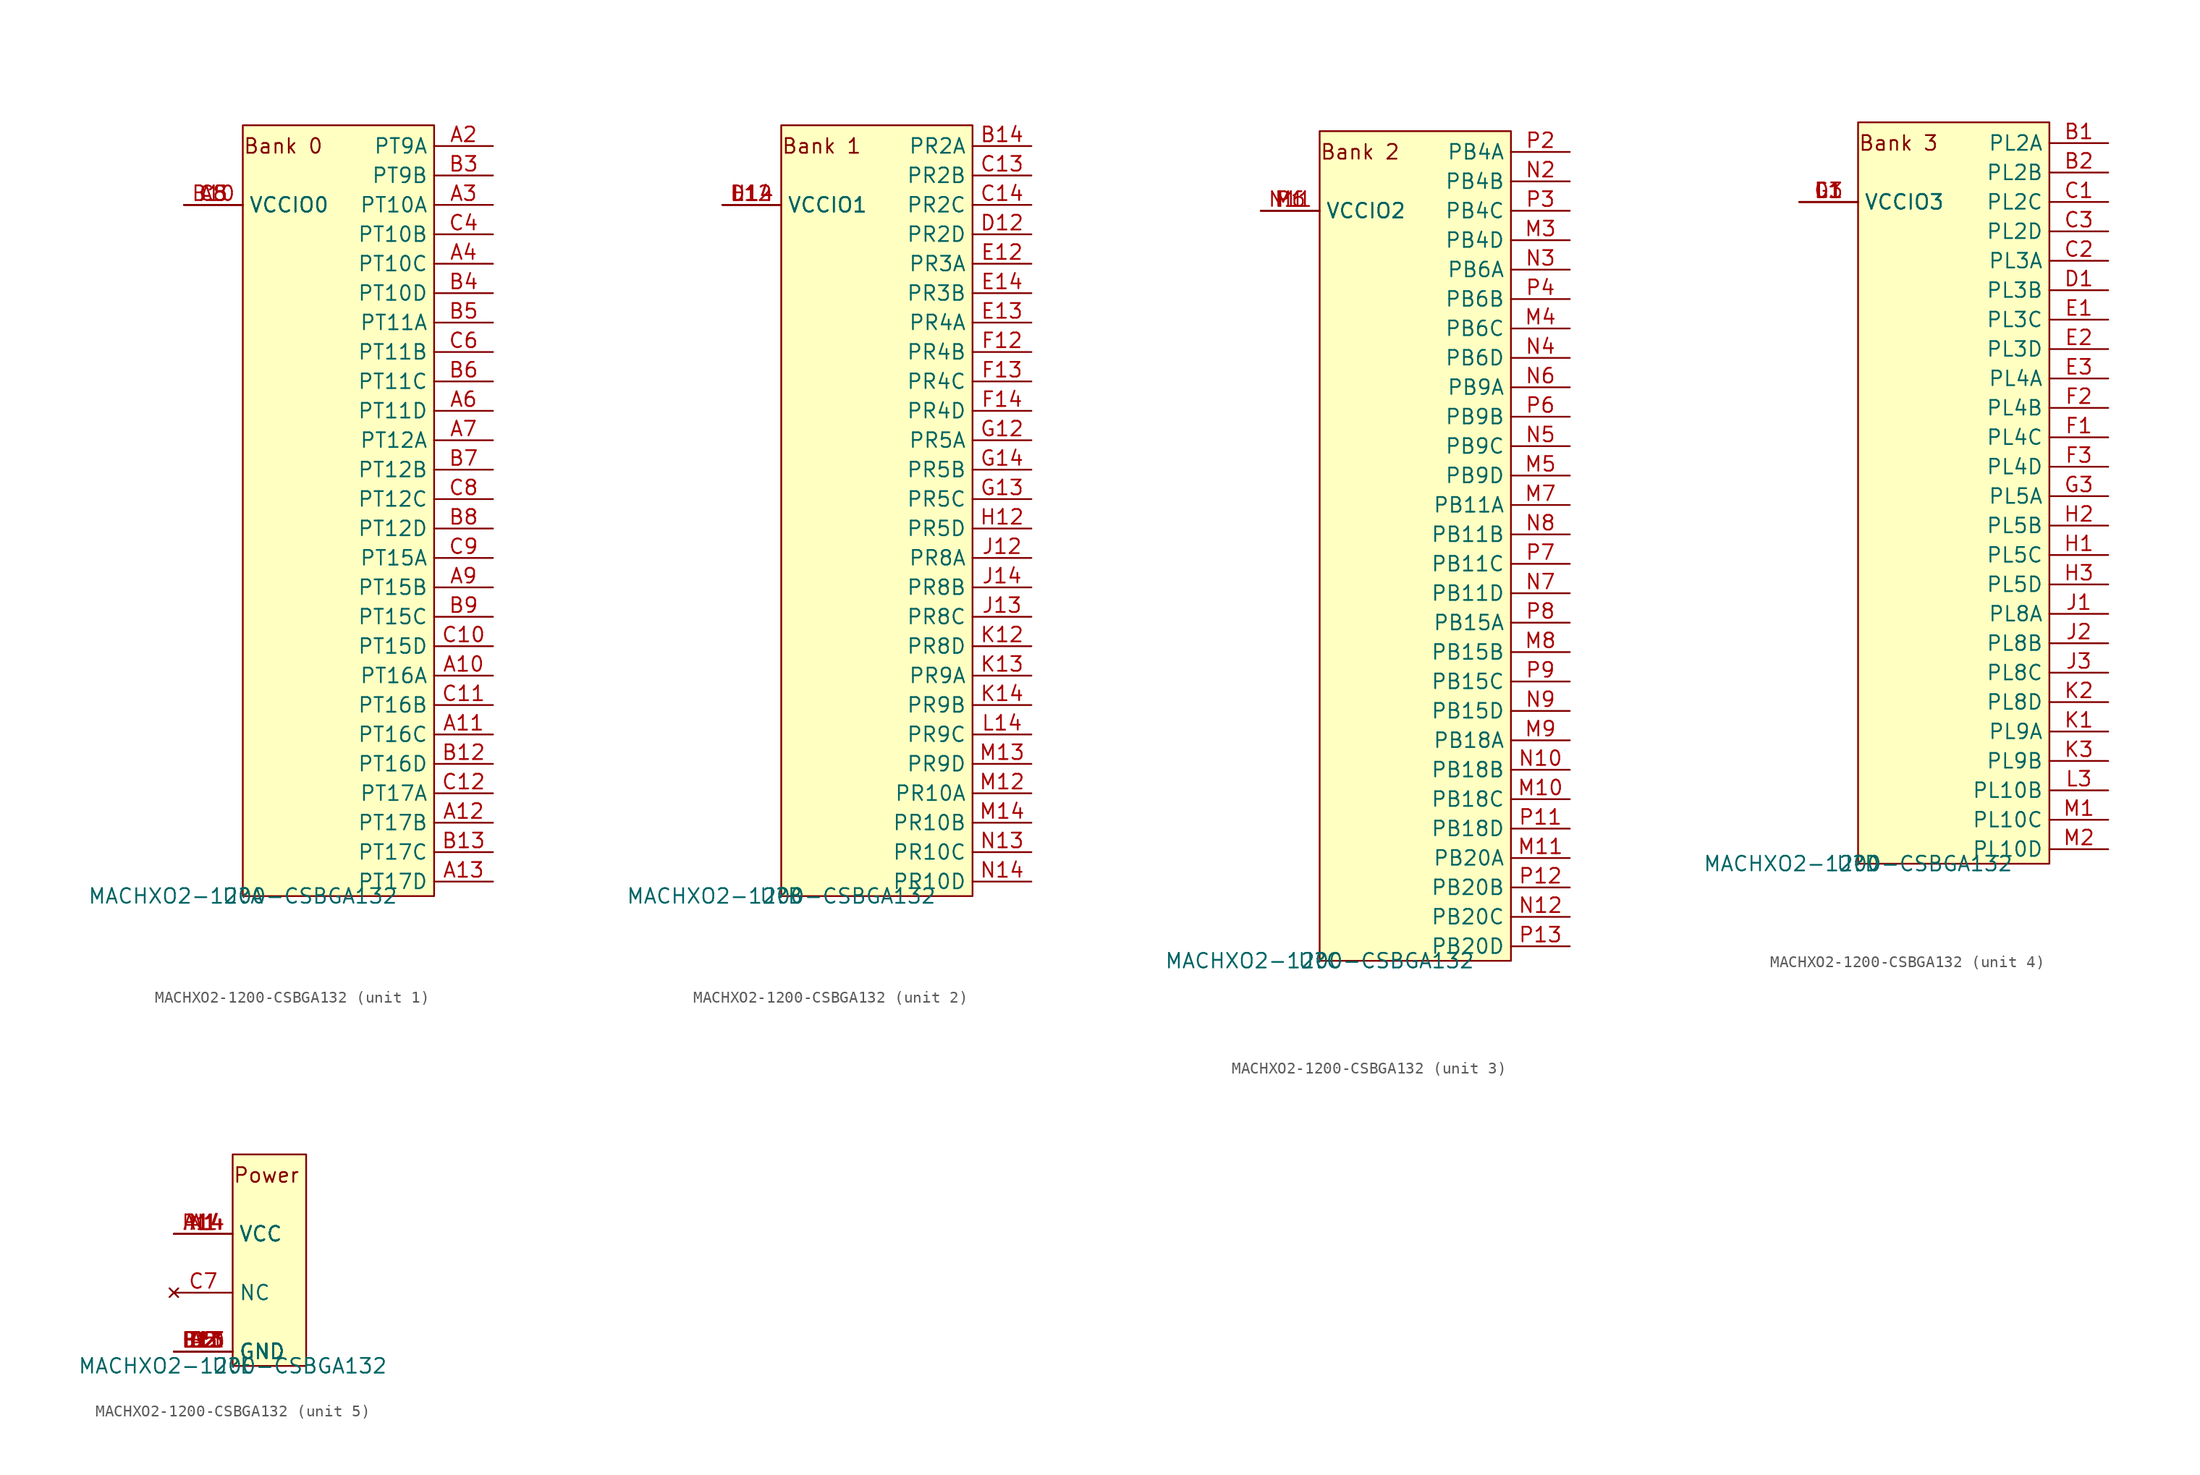
<source format=kicad_sym>
(kicad_symbol_lib
  (version 20211014)
  (generator kicad_symbol_editor)
  (symbol "MACHXO2-1200-CSBGA132"
    (property "Reference" "U"
      (at 0 0 0)
      (effects (font (size 1.27 1.27))))
    (property "Value" "MACHXO2-1200-CSBGA132"
      (at 0 0 0)
      (effects (font (size 1.27 1.27))))
    (property "ki_locked" ""
      (at 0 0 0)
      (effects (font (size 1.27 1.27))))
    (symbol "MACHXO2-1200-CSBGA132_1_0"
      (pin power_in line (at -5.08 59.674 0) (length 5.08) (name "VCCIO0" (effects (font (size 1.27 1.27)))) (number "B10" (effects (font (size 1.27 1.27)))))
      (pin power_in line (at -5.08 59.674 0) (length 5.08) (name "VCCIO0" (effects (font (size 1.27 1.27)))) (number "A8" (effects (font (size 1.27 1.27)))))
      (pin power_in line (at -5.08 59.674 0) (length 5.08) (name "VCCIO0" (effects (font (size 1.27 1.27)))) (number "C5" (effects (font (size 1.27 1.27)))))
      (pin bidirectional line (at 21.59 64.754 180) (length 5.08) (name "PT9A" (effects (font (size 1.27 1.27)))) (number "A2" (effects (font (size 1.27 1.27)))))
      (pin bidirectional line (at 21.59 62.214 180) (length 5.08) (name "PT9B" (effects (font (size 1.27 1.27)))) (number "B3" (effects (font (size 1.27 1.27)))))
      (pin bidirectional line (at 21.59 59.674 180) (length 5.08) (name "PT10A" (effects (font (size 1.27 1.27)))) (number "A3" (effects (font (size 1.27 1.27)))))
      (pin bidirectional line (at 21.59 57.134 180) (length 5.08) (name "PT10B" (effects (font (size 1.27 1.27)))) (number "C4" (effects (font (size 1.27 1.27)))))
      (pin bidirectional line (at 21.59 54.594 180) (length 5.08) (name "PT10C" (effects (font (size 1.27 1.27)))) (number "A4" (effects (font (size 1.27 1.27)))))
      (pin bidirectional line (at 21.59 52.054 180) (length 5.08) (name "PT10D" (effects (font (size 1.27 1.27)))) (number "B4" (effects (font (size 1.27 1.27)))))
      (pin bidirectional line (at 21.59 49.514 180) (length 5.08) (name "PT11A" (effects (font (size 1.27 1.27)))) (number "B5" (effects (font (size 1.27 1.27)))))
      (pin bidirectional line (at 21.59 46.974 180) (length 5.08) (name "PT11B" (effects (font (size 1.27 1.27)))) (number "C6" (effects (font (size 1.27 1.27)))))
      (pin bidirectional line (at 21.59 44.434 180) (length 5.08) (name "PT11C" (effects (font (size 1.27 1.27)))) (number "B6" (effects (font (size 1.27 1.27)))))
      (pin bidirectional line (at 21.59 41.894 180) (length 5.08) (name "PT11D" (effects (font (size 1.27 1.27)))) (number "A6" (effects (font (size 1.27 1.27)))))
      (pin bidirectional line (at 21.59 39.354 180) (length 5.08) (name "PT12A" (effects (font (size 1.27 1.27)))) (number "A7" (effects (font (size 1.27 1.27)))))
      (pin bidirectional line (at 21.59 36.814 180) (length 5.08) (name "PT12B" (effects (font (size 1.27 1.27)))) (number "B7" (effects (font (size 1.27 1.27)))))
      (pin bidirectional line (at 21.59 34.274 180) (length 5.08) (name "PT12C" (effects (font (size 1.27 1.27)))) (number "C8" (effects (font (size 1.27 1.27)))))
      (pin bidirectional line (at 21.59 31.734 180) (length 5.08) (name "PT12D" (effects (font (size 1.27 1.27)))) (number "B8" (effects (font (size 1.27 1.27)))))
      (pin bidirectional line (at 21.59 29.194 180) (length 5.08) (name "PT15A" (effects (font (size 1.27 1.27)))) (number "C9" (effects (font (size 1.27 1.27)))))
      (pin bidirectional line (at 21.59 26.654 180) (length 5.08) (name "PT15B" (effects (font (size 1.27 1.27)))) (number "A9" (effects (font (size 1.27 1.27)))))
      (pin bidirectional line (at 21.59 24.114 180) (length 5.08) (name "PT15C" (effects (font (size 1.27 1.27)))) (number "B9" (effects (font (size 1.27 1.27)))))
      (pin bidirectional line (at 21.59 21.574 180) (length 5.08) (name "PT15D" (effects (font (size 1.27 1.27)))) (number "C10" (effects (font (size 1.27 1.27)))))
      (pin bidirectional line (at 21.59 19.034 180) (length 5.08) (name "PT16A" (effects (font (size 1.27 1.27)))) (number "A10" (effects (font (size 1.27 1.27)))))
      (pin bidirectional line (at 21.59 16.494 180) (length 5.08) (name "PT16B" (effects (font (size 1.27 1.27)))) (number "C11" (effects (font (size 1.27 1.27)))))
      (pin bidirectional line (at 21.59 13.954 180) (length 5.08) (name "PT16C" (effects (font (size 1.27 1.27)))) (number "A11" (effects (font (size 1.27 1.27)))))
      (pin bidirectional line (at 21.59 11.414 180) (length 5.08) (name "PT16D" (effects (font (size 1.27 1.27)))) (number "B12" (effects (font (size 1.27 1.27)))))
      (pin bidirectional line (at 21.59 8.874 180) (length 5.08) (name "PT17A" (effects (font (size 1.27 1.27)))) (number "C12" (effects (font (size 1.27 1.27)))))
      (pin bidirectional line (at 21.59 6.334 180) (length 5.08) (name "PT17B" (effects (font (size 1.27 1.27)))) (number "A12" (effects (font (size 1.27 1.27)))))
      (pin bidirectional line (at 21.59 3.794 180) (length 5.08) (name "PT17C" (effects (font (size 1.27 1.27)))) (number "B13" (effects (font (size 1.27 1.27)))))
      (pin bidirectional line (at 21.59 1.254 180) (length 5.08) (name "PT17D" (effects (font (size 1.27 1.27)))) (number "A13" (effects (font (size 1.27 1.27))))))
    (symbol "MACHXO2-1200-CSBGA132_1_1"
      (rectangle (start 0 0) (end 16.51 66.548) (stroke (width 0) (type default) (color 0 0 0 0)) (fill (type background)))
      (text "Bank 0" (at 0 64.754 0) (effects (font (size 1.27 1.27)) (justify left))))
    (symbol "MACHXO2-1200-CSBGA132_2_0"
      (pin power_in line (at -5.08 59.674 0) (length 5.08) (name "VCCIO1" (effects (font (size 1.27 1.27)))) (number "L12" (effects (font (size 1.27 1.27)))))
      (pin power_in line (at -5.08 59.674 0) (length 5.08) (name "VCCIO1" (effects (font (size 1.27 1.27)))) (number "H14" (effects (font (size 1.27 1.27)))))
      (pin power_in line (at -5.08 59.674 0) (length 5.08) (name "VCCIO1" (effects (font (size 1.27 1.27)))) (number "D14" (effects (font (size 1.27 1.27)))))
      (pin bidirectional line (at 21.59 64.754 180) (length 5.08) (name "PR2A" (effects (font (size 1.27 1.27)))) (number "B14" (effects (font (size 1.27 1.27)))))
      (pin bidirectional line (at 21.59 62.214 180) (length 5.08) (name "PR2B" (effects (font (size 1.27 1.27)))) (number "C13" (effects (font (size 1.27 1.27)))))
      (pin bidirectional line (at 21.59 59.674 180) (length 5.08) (name "PR2C" (effects (font (size 1.27 1.27)))) (number "C14" (effects (font (size 1.27 1.27)))))
      (pin bidirectional line (at 21.59 57.134 180) (length 5.08) (name "PR2D" (effects (font (size 1.27 1.27)))) (number "D12" (effects (font (size 1.27 1.27)))))
      (pin bidirectional line (at 21.59 54.594 180) (length 5.08) (name "PR3A" (effects (font (size 1.27 1.27)))) (number "E12" (effects (font (size 1.27 1.27)))))
      (pin bidirectional line (at 21.59 52.054 180) (length 5.08) (name "PR3B" (effects (font (size 1.27 1.27)))) (number "E14" (effects (font (size 1.27 1.27)))))
      (pin bidirectional line (at 21.59 49.514 180) (length 5.08) (name "PR4A" (effects (font (size 1.27 1.27)))) (number "E13" (effects (font (size 1.27 1.27)))))
      (pin bidirectional line (at 21.59 46.974 180) (length 5.08) (name "PR4B" (effects (font (size 1.27 1.27)))) (number "F12" (effects (font (size 1.27 1.27)))))
      (pin bidirectional line (at 21.59 44.434 180) (length 5.08) (name "PR4C" (effects (font (size 1.27 1.27)))) (number "F13" (effects (font (size 1.27 1.27)))))
      (pin bidirectional line (at 21.59 41.894 180) (length 5.08) (name "PR4D" (effects (font (size 1.27 1.27)))) (number "F14" (effects (font (size 1.27 1.27)))))
      (pin bidirectional line (at 21.59 39.354 180) (length 5.08) (name "PR5A" (effects (font (size 1.27 1.27)))) (number "G12" (effects (font (size 1.27 1.27)))))
      (pin bidirectional line (at 21.59 36.814 180) (length 5.08) (name "PR5B" (effects (font (size 1.27 1.27)))) (number "G14" (effects (font (size 1.27 1.27)))))
      (pin bidirectional line (at 21.59 34.274 180) (length 5.08) (name "PR5C" (effects (font (size 1.27 1.27)))) (number "G13" (effects (font (size 1.27 1.27)))))
      (pin bidirectional line (at 21.59 31.734 180) (length 5.08) (name "PR5D" (effects (font (size 1.27 1.27)))) (number "H12" (effects (font (size 1.27 1.27)))))
      (pin bidirectional line (at 21.59 29.194 180) (length 5.08) (name "PR8A" (effects (font (size 1.27 1.27)))) (number "J12" (effects (font (size 1.27 1.27)))))
      (pin bidirectional line (at 21.59 26.654 180) (length 5.08) (name "PR8B" (effects (font (size 1.27 1.27)))) (number "J14" (effects (font (size 1.27 1.27)))))
      (pin bidirectional line (at 21.59 24.114 180) (length 5.08) (name "PR8C" (effects (font (size 1.27 1.27)))) (number "J13" (effects (font (size 1.27 1.27)))))
      (pin bidirectional line (at 21.59 21.574 180) (length 5.08) (name "PR8D" (effects (font (size 1.27 1.27)))) (number "K12" (effects (font (size 1.27 1.27)))))
      (pin bidirectional line (at 21.59 19.034 180) (length 5.08) (name "PR9A" (effects (font (size 1.27 1.27)))) (number "K13" (effects (font (size 1.27 1.27)))))
      (pin bidirectional line (at 21.59 16.494 180) (length 5.08) (name "PR9B" (effects (font (size 1.27 1.27)))) (number "K14" (effects (font (size 1.27 1.27)))))
      (pin bidirectional line (at 21.59 13.954 180) (length 5.08) (name "PR9C" (effects (font (size 1.27 1.27)))) (number "L14" (effects (font (size 1.27 1.27)))))
      (pin bidirectional line (at 21.59 11.414 180) (length 5.08) (name "PR9D" (effects (font (size 1.27 1.27)))) (number "M13" (effects (font (size 1.27 1.27)))))
      (pin bidirectional line (at 21.59 8.874 180) (length 5.08) (name "PR10A" (effects (font (size 1.27 1.27)))) (number "M12" (effects (font (size 1.27 1.27)))))
      (pin bidirectional line (at 21.59 6.334 180) (length 5.08) (name "PR10B" (effects (font (size 1.27 1.27)))) (number "M14" (effects (font (size 1.27 1.27)))))
      (pin bidirectional line (at 21.59 3.794 180) (length 5.08) (name "PR10C" (effects (font (size 1.27 1.27)))) (number "N13" (effects (font (size 1.27 1.27)))))
      (pin bidirectional line (at 21.59 1.254 180) (length 5.08) (name "PR10D" (effects (font (size 1.27 1.27)))) (number "N14" (effects (font (size 1.27 1.27))))))
    (symbol "MACHXO2-1200-CSBGA132_2_1"
      (rectangle (start 0 0) (end 16.51 66.548) (stroke (width 0) (type default) (color 0 0 0 0)) (fill (type background)))
      (text "Bank 1" (at 0 64.754 0) (effects (font (size 1.27 1.27)) (justify left))))
    (symbol "MACHXO2-1200-CSBGA132_3_0"
      (pin power_in line (at -5.08 64.754 0) (length 5.08) (name "VCCIO2" (effects (font (size 1.27 1.27)))) (number "P1" (effects (font (size 1.27 1.27)))))
      (pin power_in line (at -5.08 64.754 0) (length 5.08) (name "VCCIO2" (effects (font (size 1.27 1.27)))) (number "M6" (effects (font (size 1.27 1.27)))))
      (pin power_in line (at -5.08 64.754 0) (length 5.08) (name "VCCIO2" (effects (font (size 1.27 1.27)))) (number "N11" (effects (font (size 1.27 1.27)))))
      (pin bidirectional line (at 21.59 69.834 180) (length 5.08) (name "PB4A" (effects (font (size 1.27 1.27)))) (number "P2" (effects (font (size 1.27 1.27)))))
      (pin bidirectional line (at 21.59 67.294 180) (length 5.08) (name "PB4B" (effects (font (size 1.27 1.27)))) (number "N2" (effects (font (size 1.27 1.27)))))
      (pin bidirectional line (at 21.59 64.754 180) (length 5.08) (name "PB4C" (effects (font (size 1.27 1.27)))) (number "P3" (effects (font (size 1.27 1.27)))))
      (pin bidirectional line (at 21.59 62.214 180) (length 5.08) (name "PB4D" (effects (font (size 1.27 1.27)))) (number "M3" (effects (font (size 1.27 1.27)))))
      (pin bidirectional line (at 21.59 59.674 180) (length 5.08) (name "PB6A" (effects (font (size 1.27 1.27)))) (number "N3" (effects (font (size 1.27 1.27)))))
      (pin bidirectional line (at 21.59 57.134 180) (length 5.08) (name "PB6B" (effects (font (size 1.27 1.27)))) (number "P4" (effects (font (size 1.27 1.27)))))
      (pin bidirectional line (at 21.59 54.594 180) (length 5.08) (name "PB6C" (effects (font (size 1.27 1.27)))) (number "M4" (effects (font (size 1.27 1.27)))))
      (pin bidirectional line (at 21.59 52.054 180) (length 5.08) (name "PB6D" (effects (font (size 1.27 1.27)))) (number "N4" (effects (font (size 1.27 1.27)))))
      (pin bidirectional line (at 21.59 49.514 180) (length 5.08) (name "PB9A" (effects (font (size 1.27 1.27)))) (number "N6" (effects (font (size 1.27 1.27)))))
      (pin bidirectional line (at 21.59 46.974 180) (length 5.08) (name "PB9B" (effects (font (size 1.27 1.27)))) (number "P6" (effects (font (size 1.27 1.27)))))
      (pin bidirectional line (at 21.59 44.434 180) (length 5.08) (name "PB9C" (effects (font (size 1.27 1.27)))) (number "N5" (effects (font (size 1.27 1.27)))))
      (pin bidirectional line (at 21.59 41.894 180) (length 5.08) (name "PB9D" (effects (font (size 1.27 1.27)))) (number "M5" (effects (font (size 1.27 1.27)))))
      (pin bidirectional line (at 21.59 39.354 180) (length 5.08) (name "PB11A" (effects (font (size 1.27 1.27)))) (number "M7" (effects (font (size 1.27 1.27)))))
      (pin bidirectional line (at 21.59 36.814 180) (length 5.08) (name "PB11B" (effects (font (size 1.27 1.27)))) (number "N8" (effects (font (size 1.27 1.27)))))
      (pin bidirectional line (at 21.59 34.274 180) (length 5.08) (name "PB11C" (effects (font (size 1.27 1.27)))) (number "P7" (effects (font (size 1.27 1.27)))))
      (pin bidirectional line (at 21.59 31.734 180) (length 5.08) (name "PB11D" (effects (font (size 1.27 1.27)))) (number "N7" (effects (font (size 1.27 1.27)))))
      (pin bidirectional line (at 21.59 29.194 180) (length 5.08) (name "PB15A" (effects (font (size 1.27 1.27)))) (number "P8" (effects (font (size 1.27 1.27)))))
      (pin bidirectional line (at 21.59 26.654 180) (length 5.08) (name "PB15B" (effects (font (size 1.27 1.27)))) (number "M8" (effects (font (size 1.27 1.27)))))
      (pin bidirectional line (at 21.59 24.114 180) (length 5.08) (name "PB15C" (effects (font (size 1.27 1.27)))) (number "P9" (effects (font (size 1.27 1.27)))))
      (pin bidirectional line (at 21.59 21.574 180) (length 5.08) (name "PB15D" (effects (font (size 1.27 1.27)))) (number "N9" (effects (font (size 1.27 1.27)))))
      (pin bidirectional line (at 21.59 19.034 180) (length 5.08) (name "PB18A" (effects (font (size 1.27 1.27)))) (number "M9" (effects (font (size 1.27 1.27)))))
      (pin bidirectional line (at 21.59 16.494 180) (length 5.08) (name "PB18B" (effects (font (size 1.27 1.27)))) (number "N10" (effects (font (size 1.27 1.27)))))
      (pin bidirectional line (at 21.59 13.954 180) (length 5.08) (name "PB18C" (effects (font (size 1.27 1.27)))) (number "M10" (effects (font (size 1.27 1.27)))))
      (pin bidirectional line (at 21.59 11.414 180) (length 5.08) (name "PB18D" (effects (font (size 1.27 1.27)))) (number "P11" (effects (font (size 1.27 1.27)))))
      (pin bidirectional line (at 21.59 8.874 180) (length 5.08) (name "PB20A" (effects (font (size 1.27 1.27)))) (number "M11" (effects (font (size 1.27 1.27)))))
      (pin bidirectional line (at 21.59 6.334 180) (length 5.08) (name "PB20B" (effects (font (size 1.27 1.27)))) (number "P12" (effects (font (size 1.27 1.27)))))
      (pin bidirectional line (at 21.59 3.794 180) (length 5.08) (name "PB20C" (effects (font (size 1.27 1.27)))) (number "N12" (effects (font (size 1.27 1.27)))))
      (pin bidirectional line (at 21.59 1.254 180) (length 5.08) (name "PB20D" (effects (font (size 1.27 1.27)))) (number "P13" (effects (font (size 1.27 1.27))))))
    (symbol "MACHXO2-1200-CSBGA132_3_1"
      (rectangle (start 0 0) (end 16.51 71.628) (stroke (width 0) (type default) (color 0 0 0 0)) (fill (type background)))
      (text "Bank 2" (at 0 69.834 0) (effects (font (size 1.27 1.27)) (justify left))))
    (symbol "MACHXO2-1200-CSBGA132_4_0"
      (pin power_in line (at -5.08 57.134 0) (length 5.08) (name "VCCIO3" (effects (font (size 1.27 1.27)))) (number "D3" (effects (font (size 1.27 1.27)))))
      (pin power_in line (at -5.08 57.134 0) (length 5.08) (name "VCCIO3" (effects (font (size 1.27 1.27)))) (number "G1" (effects (font (size 1.27 1.27)))))
      (pin power_in line (at -5.08 57.134 0) (length 5.08) (name "VCCIO3" (effects (font (size 1.27 1.27)))) (number "L1" (effects (font (size 1.27 1.27)))))
      (pin bidirectional line (at 21.59 62.214 180) (length 5.08) (name "PL2A" (effects (font (size 1.27 1.27)))) (number "B1" (effects (font (size 1.27 1.27)))))
      (pin bidirectional line (at 21.59 59.674 180) (length 5.08) (name "PL2B" (effects (font (size 1.27 1.27)))) (number "B2" (effects (font (size 1.27 1.27)))))
      (pin bidirectional line (at 21.59 57.134 180) (length 5.08) (name "PL2C" (effects (font (size 1.27 1.27)))) (number "C1" (effects (font (size 1.27 1.27)))))
      (pin bidirectional line (at 21.59 54.594 180) (length 5.08) (name "PL2D" (effects (font (size 1.27 1.27)))) (number "C3" (effects (font (size 1.27 1.27)))))
      (pin bidirectional line (at 21.59 52.054 180) (length 5.08) (name "PL3A" (effects (font (size 1.27 1.27)))) (number "C2" (effects (font (size 1.27 1.27)))))
      (pin bidirectional line (at 21.59 49.514 180) (length 5.08) (name "PL3B" (effects (font (size 1.27 1.27)))) (number "D1" (effects (font (size 1.27 1.27)))))
      (pin bidirectional line (at 21.59 46.974 180) (length 5.08) (name "PL3C" (effects (font (size 1.27 1.27)))) (number "E1" (effects (font (size 1.27 1.27)))))
      (pin bidirectional line (at 21.59 44.434 180) (length 5.08) (name "PL3D" (effects (font (size 1.27 1.27)))) (number "E2" (effects (font (size 1.27 1.27)))))
      (pin bidirectional line (at 21.59 41.894 180) (length 5.08) (name "PL4A" (effects (font (size 1.27 1.27)))) (number "E3" (effects (font (size 1.27 1.27)))))
      (pin bidirectional line (at 21.59 39.354 180) (length 5.08) (name "PL4B" (effects (font (size 1.27 1.27)))) (number "F2" (effects (font (size 1.27 1.27)))))
      (pin bidirectional line (at 21.59 36.814 180) (length 5.08) (name "PL4C" (effects (font (size 1.27 1.27)))) (number "F1" (effects (font (size 1.27 1.27)))))
      (pin bidirectional line (at 21.59 34.274 180) (length 5.08) (name "PL4D" (effects (font (size 1.27 1.27)))) (number "F3" (effects (font (size 1.27 1.27)))))
      (pin bidirectional line (at 21.59 31.734 180) (length 5.08) (name "PL5A" (effects (font (size 1.27 1.27)))) (number "G3" (effects (font (size 1.27 1.27)))))
      (pin bidirectional line (at 21.59 29.194 180) (length 5.08) (name "PL5B" (effects (font (size 1.27 1.27)))) (number "H2" (effects (font (size 1.27 1.27)))))
      (pin bidirectional line (at 21.59 26.654 180) (length 5.08) (name "PL5C" (effects (font (size 1.27 1.27)))) (number "H1" (effects (font (size 1.27 1.27)))))
      (pin bidirectional line (at 21.59 24.114 180) (length 5.08) (name "PL5D" (effects (font (size 1.27 1.27)))) (number "H3" (effects (font (size 1.27 1.27)))))
      (pin bidirectional line (at 21.59 21.574 180) (length 5.08) (name "PL8A" (effects (font (size 1.27 1.27)))) (number "J1" (effects (font (size 1.27 1.27)))))
      (pin bidirectional line (at 21.59 19.034 180) (length 5.08) (name "PL8B" (effects (font (size 1.27 1.27)))) (number "J2" (effects (font (size 1.27 1.27)))))
      (pin bidirectional line (at 21.59 16.494 180) (length 5.08) (name "PL8C" (effects (font (size 1.27 1.27)))) (number "J3" (effects (font (size 1.27 1.27)))))
      (pin bidirectional line (at 21.59 13.954 180) (length 5.08) (name "PL8D" (effects (font (size 1.27 1.27)))) (number "K2" (effects (font (size 1.27 1.27)))))
      (pin bidirectional line (at 21.59 11.414 180) (length 5.08) (name "PL9A" (effects (font (size 1.27 1.27)))) (number "K1" (effects (font (size 1.27 1.27)))))
      (pin bidirectional line (at 21.59 8.874 180) (length 5.08) (name "PL9B" (effects (font (size 1.27 1.27)))) (number "K3" (effects (font (size 1.27 1.27)))))
      (pin bidirectional line (at 21.59 6.334 180) (length 5.08) (name "PL10B" (effects (font (size 1.27 1.27)))) (number "L3" (effects (font (size 1.27 1.27)))))
      (pin bidirectional line (at 21.59 3.794 180) (length 5.08) (name "PL10C" (effects (font (size 1.27 1.27)))) (number "M1" (effects (font (size 1.27 1.27)))))
      (pin bidirectional line (at 21.59 1.254 180) (length 5.08) (name "PL10D" (effects (font (size 1.27 1.27)))) (number "M2" (effects (font (size 1.27 1.27))))))
    (symbol "MACHXO2-1200-CSBGA132_4_1"
      (rectangle (start 0 0) (end 16.51 64.008) (stroke (width 0) (type default) (color 0 0 0 0)) (fill (type background)))
      (text "Bank 3" (at 0 62.214 0) (effects (font (size 1.27 1.27)) (justify left))))
    (symbol "MACHXO2-1200-CSBGA132_5_0"
      (pin power_in line (at -5.08 11.414 0) (length 5.08) (name "VCC" (effects (font (size 1.27 1.27)))) (number "N1" (effects (font (size 1.27 1.27)))))
      (pin power_in line (at -5.08 11.414 0) (length 5.08) (name "VCC" (effects (font (size 1.27 1.27)))) (number "P14" (effects (font (size 1.27 1.27)))))
      (pin power_in line (at -5.08 11.414 0) (length 5.08) (name "VCC" (effects (font (size 1.27 1.27)))) (number "A14" (effects (font (size 1.27 1.27)))))
      (pin power_in line (at -5.08 11.414 0) (length 5.08) (name "VCC" (effects (font (size 1.27 1.27)))) (number "A1" (effects (font (size 1.27 1.27)))))
      (pin no_connect line (at -5.08 6.334 0) (length 5.08) (name "NC" (effects (font (size 1.27 1.27)))) (number "C7" (effects (font (size 1.27 1.27)))))
      (pin power_in line (at -5.08 1.254 0) (length 5.08) (name "GND" (effects (font (size 1.27 1.27)))) (number "D2" (effects (font (size 1.27 1.27)))))
      (pin power_in line (at -5.08 1.254 0) (length 5.08) (name "GND" (effects (font (size 1.27 1.27)))) (number "G2" (effects (font (size 1.27 1.27)))))
      (pin power_in line (at -5.08 1.254 0) (length 5.08) (name "GND" (effects (font (size 1.27 1.27)))) (number "L2" (effects (font (size 1.27 1.27)))))
      (pin power_in line (at -5.08 1.254 0) (length 5.08) (name "GND" (effects (font (size 1.27 1.27)))) (number "P5" (effects (font (size 1.27 1.27)))))
      (pin power_in line (at -5.08 1.254 0) (length 5.08) (name "GND" (effects (font (size 1.27 1.27)))) (number "P10" (effects (font (size 1.27 1.27)))))
      (pin power_in line (at -5.08 1.254 0) (length 5.08) (name "GND" (effects (font (size 1.27 1.27)))) (number "L13" (effects (font (size 1.27 1.27)))))
      (pin power_in line (at -5.08 1.254 0) (length 5.08) (name "GND" (effects (font (size 1.27 1.27)))) (number "H13" (effects (font (size 1.27 1.27)))))
      (pin power_in line (at -5.08 1.254 0) (length 5.08) (name "GND" (effects (font (size 1.27 1.27)))) (number "D13" (effects (font (size 1.27 1.27)))))
      (pin power_in line (at -5.08 1.254 0) (length 5.08) (name "GND" (effects (font (size 1.27 1.27)))) (number "B11" (effects (font (size 1.27 1.27)))))
      (pin power_in line (at -5.08 1.254 0) (length 5.08) (name "GND" (effects (font (size 1.27 1.27)))) (number "A5" (effects (font (size 1.27 1.27))))))
    (symbol "MACHXO2-1200-CSBGA132_5_1"
      (rectangle (start 0 0) (end 6.35 18.288) (stroke (width 0) (type default) (color 0 0 0 0)) (fill (type background)))
      (text "Power" (at 0 16.494 0) (effects (font (size 1.27 1.27)) (justify left))))))
</source>
